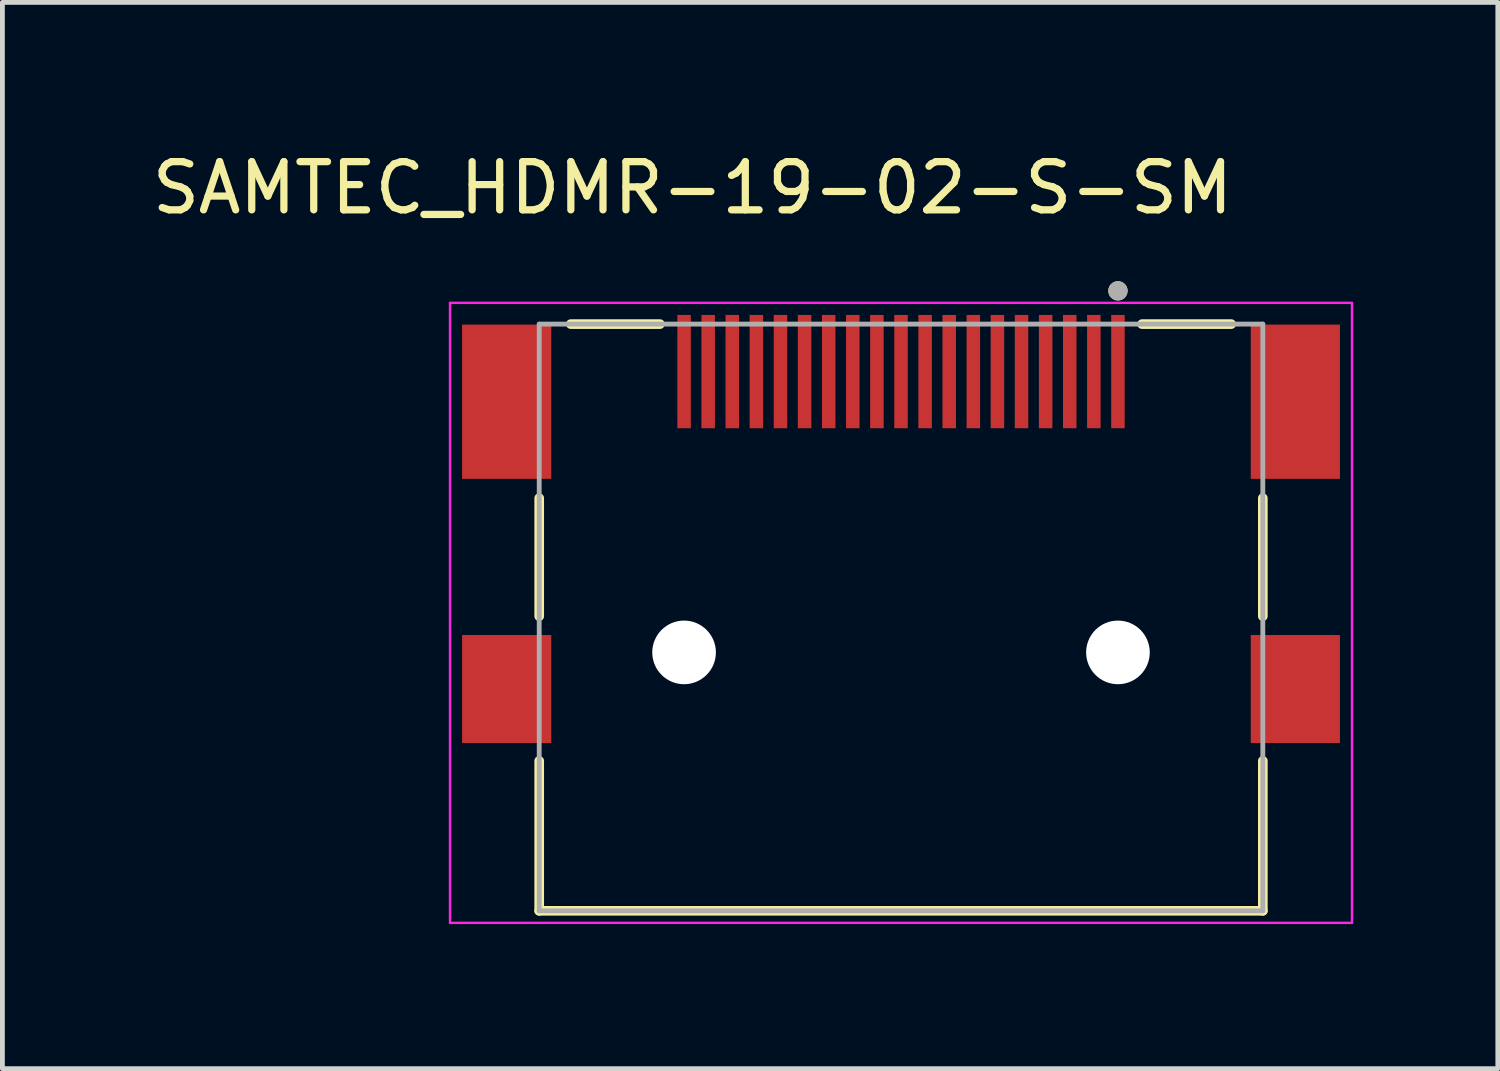
<source format=kicad_pcb>
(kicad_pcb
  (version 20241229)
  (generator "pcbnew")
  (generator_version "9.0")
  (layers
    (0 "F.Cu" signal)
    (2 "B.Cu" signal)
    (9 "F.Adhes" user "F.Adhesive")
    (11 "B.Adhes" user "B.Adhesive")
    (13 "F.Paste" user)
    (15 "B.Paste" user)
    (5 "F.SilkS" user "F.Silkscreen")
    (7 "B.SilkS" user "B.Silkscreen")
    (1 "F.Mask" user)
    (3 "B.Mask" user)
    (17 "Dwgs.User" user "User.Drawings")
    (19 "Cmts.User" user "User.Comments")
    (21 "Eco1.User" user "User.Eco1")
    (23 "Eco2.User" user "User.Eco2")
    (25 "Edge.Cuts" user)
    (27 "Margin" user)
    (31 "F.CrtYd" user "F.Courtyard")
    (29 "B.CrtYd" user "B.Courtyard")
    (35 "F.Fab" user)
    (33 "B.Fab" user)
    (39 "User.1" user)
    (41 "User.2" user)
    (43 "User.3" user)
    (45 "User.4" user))
  (footprint "SAMTEC_HDMR-19-02-S-SM"
    (layer "F.Cu")
    (at 15.64 10.483)
    (property "Reference" "SAMTEC_HDMR-19-02-S-SM" (at -4.325 -9.635 0) (layer "F.SilkS") (effects (font (size 1 1) (thickness 0.15))))
    (attr through_hole)
    (fp_line (start -7.505 -0.75) (end -7.505 -3.2) (stroke (width 0.2) (type solid)) (layer "F.SilkS"))
    (fp_line (start -7.505 2.25) (end -7.505 5.36) (stroke (width 0.2) (type solid)) (layer "F.SilkS"))
    (fp_line (start -7.505 5.36) (end 7.505 5.36) (stroke (width 0.2) (type solid)) (layer "F.SilkS"))
    (fp_line (start -6.85 -6.81) (end -5 -6.81) (stroke (width 0.2) (type solid)) (layer "F.SilkS"))
    (fp_line (start 5 -6.81) (end 6.85 -6.81) (stroke (width 0.2) (type solid)) (layer "F.SilkS"))
    (fp_line (start 7.505 -0.75) (end 7.505 -3.2) (stroke (width 0.2) (type solid)) (layer "F.SilkS"))
    (fp_line (start 7.505 5.36) (end 7.505 2.25) (stroke (width 0.2) (type solid)) (layer "F.SilkS"))
    (fp_circle (center 4.5 -7.5) (end 4.6 -7.5) (stroke (width 0.2) (type solid)) (fill no) (layer "F.SilkS"))
    (fp_line (start -9.355 -7.25) (end -9.355 5.61) (stroke (width 0.05) (type solid)) (layer "F.CrtYd"))
    (fp_line (start -9.355 5.61) (end 9.355 5.61) (stroke (width 0.05) (type solid)) (layer "F.CrtYd"))
    (fp_line (start 9.355 -7.25) (end -9.355 -7.25) (stroke (width 0.05) (type solid)) (layer "F.CrtYd"))
    (fp_line (start 9.355 5.61) (end 9.355 -7.25) (stroke (width 0.05) (type solid)) (layer "F.CrtYd"))
    (fp_line (start -7.505 -6.81) (end -7.505 5.36) (stroke (width 0.1) (type solid)) (layer "F.Fab"))
    (fp_line (start -7.505 5.36) (end 7.505 5.36) (stroke (width 0.1) (type solid)) (layer "F.Fab"))
    (fp_line (start 7.505 -6.81) (end -7.505 -6.81) (stroke (width 0.1) (type solid)) (layer "F.Fab"))
    (fp_line (start 7.505 5.36) (end 7.505 -6.81) (stroke (width 0.1) (type solid)) (layer "F.Fab"))
    (fp_circle (center 4.5 -7.5) (end 4.6 -7.5) (stroke (width 0.2) (type solid)) (fill no) (layer "F.Fab"))
    (pad "" np_thru_hole circle (at -4.5 0) (size 1.32 1.32) (drill 1.32) (layers "*.Cu" "*.Mask"))
    (pad "" np_thru_hole circle (at 4.5 0) (size 1.32 1.32) (drill 1.32) (layers "*.Cu" "*.Mask"))
    (pad "01" smd rect (at 4.5 -5.825) (size 0.28 2.35) (layers "F.Cu" "F.Mask" "F.Paste"))
    (pad "02" smd rect (at 4 -5.825) (size 0.28 2.35) (layers "F.Cu" "F.Mask" "F.Paste"))
    (pad "03" smd rect (at 3.5 -5.825) (size 0.28 2.35) (layers "F.Cu" "F.Mask" "F.Paste"))
    (pad "04" smd rect (at 3 -5.825) (size 0.28 2.35) (layers "F.Cu" "F.Mask" "F.Paste"))
    (pad "05" smd rect (at 2.5 -5.825) (size 0.28 2.35) (layers "F.Cu" "F.Mask" "F.Paste"))
    (pad "06" smd rect (at 2 -5.825) (size 0.28 2.35) (layers "F.Cu" "F.Mask" "F.Paste"))
    (pad "07" smd rect (at 1.5 -5.825) (size 0.28 2.35) (layers "F.Cu" "F.Mask" "F.Paste"))
    (pad "08" smd rect (at 1 -5.825) (size 0.28 2.35) (layers "F.Cu" "F.Mask" "F.Paste"))
    (pad "09" smd rect (at 0.5 -5.825) (size 0.28 2.35) (layers "F.Cu" "F.Mask" "F.Paste"))
    (pad "10" smd rect (at 0 -5.825) (size 0.28 2.35) (layers "F.Cu" "F.Mask" "F.Paste"))
    (pad "11" smd rect (at -0.5 -5.825) (size 0.28 2.35) (layers "F.Cu" "F.Mask" "F.Paste"))
    (pad "12" smd rect (at -1 -5.825) (size 0.28 2.35) (layers "F.Cu" "F.Mask" "F.Paste"))
    (pad "13" smd rect (at -1.5 -5.825) (size 0.28 2.35) (layers "F.Cu" "F.Mask" "F.Paste"))
    (pad "14" smd rect (at -2 -5.825) (size 0.28 2.35) (layers "F.Cu" "F.Mask" "F.Paste"))
    (pad "15" smd rect (at -2.5 -5.825) (size 0.28 2.35) (layers "F.Cu" "F.Mask" "F.Paste"))
    (pad "16" smd rect (at -3 -5.825) (size 0.28 2.35) (layers "F.Cu" "F.Mask" "F.Paste"))
    (pad "17" smd rect (at -3.5 -5.825) (size 0.28 2.35) (layers "F.Cu" "F.Mask" "F.Paste"))
    (pad "18" smd rect (at -4 -5.825) (size 0.28 2.35) (layers "F.Cu" "F.Mask" "F.Paste"))
    (pad "19" smd rect (at -4.5 -5.825) (size 0.28 2.35) (layers "F.Cu" "F.Mask" "F.Paste"))
    (pad "S1" smd rect (at -8.18 0.76) (size 1.85 2.24) (layers "F.Cu" "F.Mask" "F.Paste"))
    (pad "S2" smd rect (at 8.18 0.76) (size 1.85 2.24) (layers "F.Cu" "F.Mask" "F.Paste"))
    (pad "S3" smd rect (at -8.18 -5.2) (size 1.85 3.2) (layers "F.Cu" "F.Mask" "F.Paste"))
    (pad "S4" smd rect (at 8.18 -5.2) (size 1.85 3.2) (layers "F.Cu" "F.Mask" "F.Paste")))
  (gr_rect
    (start -3 -3)
    (end 28.02 19.118)
    (stroke (width 0.1) (type default))
    (fill no)
    (layer "Edge.Cuts")))
</source>
